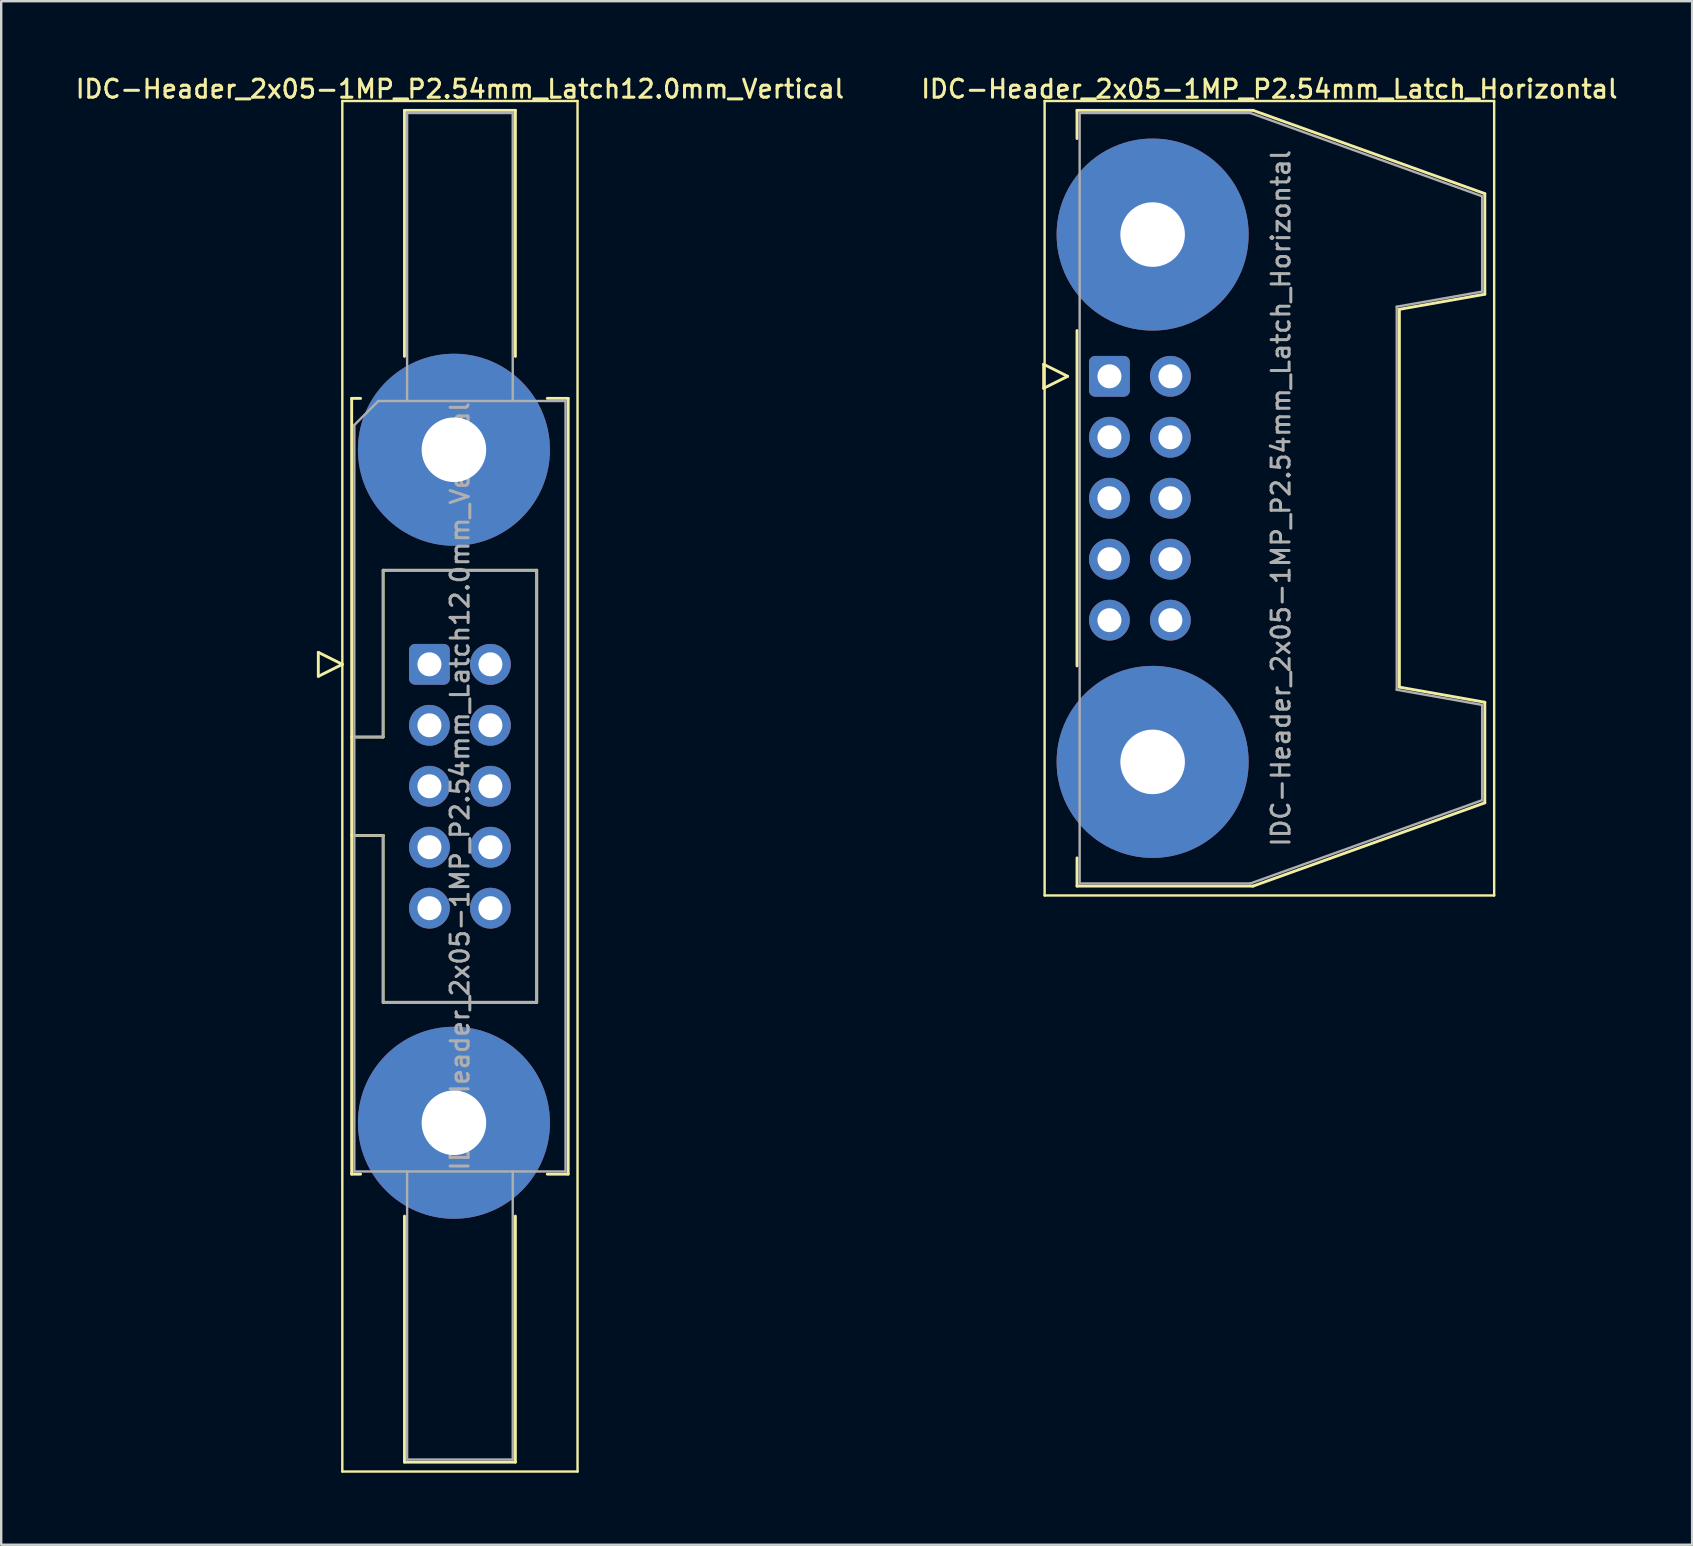
<source format=kicad_pcb>
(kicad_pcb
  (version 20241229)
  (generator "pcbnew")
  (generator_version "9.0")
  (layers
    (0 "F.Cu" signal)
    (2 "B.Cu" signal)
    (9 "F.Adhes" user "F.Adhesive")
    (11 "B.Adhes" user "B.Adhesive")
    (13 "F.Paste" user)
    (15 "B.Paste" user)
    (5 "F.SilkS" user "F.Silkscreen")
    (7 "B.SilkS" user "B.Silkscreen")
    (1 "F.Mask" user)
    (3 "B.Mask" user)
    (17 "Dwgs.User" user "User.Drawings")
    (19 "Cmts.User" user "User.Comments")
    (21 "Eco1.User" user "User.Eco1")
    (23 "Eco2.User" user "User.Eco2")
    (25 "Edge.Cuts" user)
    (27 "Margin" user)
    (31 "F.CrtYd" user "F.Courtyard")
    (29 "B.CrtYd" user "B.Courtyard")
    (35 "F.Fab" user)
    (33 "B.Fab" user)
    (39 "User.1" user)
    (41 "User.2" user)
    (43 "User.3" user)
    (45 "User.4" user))
  (footprint "IDC-Header_2x05-1MP_P2.54mm_Latch12.0mm_Vertical"
    (layer "F.Cu")
    (at 14.842 24.628)
    (property "Reference" "IDC-Header_2x05-1MP_P2.54mm_Latch12.0mm_Vertical" (at 1.27 -23.97 0) (layer "F.SilkS") (effects (font (size 0.75 0.75) (thickness 0.125))))
    (attr through_hole)
    (fp_line (start -4.63 -0.5) (end -4.63 0.5) (stroke (width 0.12) (type solid)) (layer "F.SilkS"))
    (fp_line (start -4.63 0.5) (end -3.63 0) (stroke (width 0.12) (type solid)) (layer "F.SilkS"))
    (fp_line (start -3.63 -23.47) (end -3.63 33.63) (stroke (width 0.1) (type solid)) (layer "F.SilkS"))
    (fp_line (start -3.63 0) (end -4.63 -0.5) (stroke (width 0.12) (type solid)) (layer "F.SilkS"))
    (fp_line (start -3.63 33.63) (end 6.17 33.63) (stroke (width 0.1) (type solid)) (layer "F.SilkS"))
    (fp_line (start -3.24 -11.08) (end -3.24 21.24) (stroke (width 0.12) (type solid)) (layer "F.SilkS"))
    (fp_line (start -3.24 3.03) (end -1.93 3.03) (stroke (width 0.12) (type solid)) (layer "F.SilkS"))
    (fp_line (start -3.24 21.24) (end -2.87 21.24) (stroke (width 0.12) (type solid)) (layer "F.SilkS"))
    (fp_line (start -2.87 -11.08) (end -3.24 -11.08) (stroke (width 0.12) (type solid)) (layer "F.SilkS"))
    (fp_line (start -1.93 -3.92) (end 4.47 -3.92) (stroke (width 0.12) (type solid)) (layer "F.SilkS"))
    (fp_line (start -1.93 3.03) (end -1.93 -3.92) (stroke (width 0.12) (type solid)) (layer "F.SilkS"))
    (fp_line (start -1.93 7.13) (end -3.24 7.13) (stroke (width 0.12) (type solid)) (layer "F.SilkS"))
    (fp_line (start -1.93 7.13) (end -1.93 7.13) (stroke (width 0.12) (type solid)) (layer "F.SilkS"))
    (fp_line (start -1.93 14.08) (end -1.93 7.13) (stroke (width 0.12) (type solid)) (layer "F.SilkS"))
    (fp_line (start -1.04 -23.08) (end 3.58 -23.08) (stroke (width 0.12) (type solid)) (layer "F.SilkS"))
    (fp_line (start -1.04 -12.83) (end -1.04 -23.08) (stroke (width 0.12) (type solid)) (layer "F.SilkS"))
    (fp_line (start -1.04 22.99) (end -1.04 33.24) (stroke (width 0.12) (type solid)) (layer "F.SilkS"))
    (fp_line (start -1.04 33.24) (end 3.58 33.24) (stroke (width 0.12) (type solid)) (layer "F.SilkS"))
    (fp_line (start 3.58 -23.08) (end 3.58 -12.83) (stroke (width 0.12) (type solid)) (layer "F.SilkS"))
    (fp_line (start 3.58 33.24) (end 3.58 22.99) (stroke (width 0.12) (type solid)) (layer "F.SilkS"))
    (fp_line (start 4.47 -3.92) (end 4.47 14.08) (stroke (width 0.12) (type solid)) (layer "F.SilkS"))
    (fp_line (start 4.47 14.08) (end -1.93 14.08) (stroke (width 0.12) (type solid)) (layer "F.SilkS"))
    (fp_line (start 4.91 -11.08) (end 5.78 -11.08) (stroke (width 0.12) (type solid)) (layer "F.SilkS"))
    (fp_line (start 5.78 -11.08) (end 5.78 21.24) (stroke (width 0.12) (type solid)) (layer "F.SilkS"))
    (fp_line (start 5.78 21.24) (end 4.91 21.24) (stroke (width 0.12) (type solid)) (layer "F.SilkS"))
    (fp_line (start 6.17 -23.47) (end -3.63 -23.47) (stroke (width 0.1) (type solid)) (layer "F.SilkS"))
    (fp_line (start 6.17 33.63) (end 6.17 -23.47) (stroke (width 0.1) (type solid)) (layer "F.SilkS"))
    (fp_line (start -3.13 -9.97) (end -2.13 -10.97) (stroke (width 0.1) (type solid)) (layer "F.Fab"))
    (fp_line (start -3.13 3.03) (end -1.93 3.03) (stroke (width 0.1) (type solid)) (layer "F.Fab"))
    (fp_line (start -3.13 21.13) (end -3.13 -9.97) (stroke (width 0.1) (type solid)) (layer "F.Fab"))
    (fp_line (start -2.13 -10.97) (end 5.67 -10.97) (stroke (width 0.1) (type solid)) (layer "F.Fab"))
    (fp_line (start -1.93 -3.92) (end 4.47 -3.92) (stroke (width 0.1) (type solid)) (layer "F.Fab"))
    (fp_line (start -1.93 3.03) (end -1.93 -3.92) (stroke (width 0.1) (type solid)) (layer "F.Fab"))
    (fp_line (start -1.93 7.13) (end -3.13 7.13) (stroke (width 0.1) (type solid)) (layer "F.Fab"))
    (fp_line (start -1.93 7.13) (end -1.93 7.13) (stroke (width 0.1) (type solid)) (layer "F.Fab"))
    (fp_line (start -1.93 14.08) (end -1.93 7.13) (stroke (width 0.1) (type solid)) (layer "F.Fab"))
    (fp_line (start -0.93 -22.97) (end 3.47 -22.97) (stroke (width 0.1) (type solid)) (layer "F.Fab"))
    (fp_line (start -0.93 -10.97) (end -0.93 -22.97) (stroke (width 0.1) (type solid)) (layer "F.Fab"))
    (fp_line (start -0.93 21.13) (end -0.93 33.13) (stroke (width 0.1) (type solid)) (layer "F.Fab"))
    (fp_line (start -0.93 33.13) (end 3.47 33.13) (stroke (width 0.1) (type solid)) (layer "F.Fab"))
    (fp_line (start 3.47 -22.97) (end 3.47 -10.97) (stroke (width 0.1) (type solid)) (layer "F.Fab"))
    (fp_line (start 3.47 33.13) (end 3.47 21.13) (stroke (width 0.1) (type solid)) (layer "F.Fab"))
    (fp_line (start 4.47 -3.92) (end 4.47 14.08) (stroke (width 0.1) (type solid)) (layer "F.Fab"))
    (fp_line (start 4.47 14.08) (end -1.93 14.08) (stroke (width 0.1) (type solid)) (layer "F.Fab"))
    (fp_line (start 5.67 -10.97) (end 5.67 21.13) (stroke (width 0.1) (type solid)) (layer "F.Fab"))
    (fp_line (start 5.67 21.13) (end -3.13 21.13) (stroke (width 0.1) (type solid)) (layer "F.Fab"))
    (fp_text user "${REFERENCE}" (at 1.27 5.08 90) (layer "F.Fab") (effects (font (size 0.75 0.75) (thickness 0.125))))
    (pad "1" thru_hole roundrect (at 0 0) (size 1.7 1.7) (drill 1) (layers "*.Cu" "*.Mask") (roundrect_rratio 0.147))
    (pad "2" thru_hole circle (at 2.54 0) (size 1.7 1.7) (drill 1) (layers "*.Cu" "*.Mask"))
    (pad "3" thru_hole circle (at 0 2.54) (size 1.7 1.7) (drill 1) (layers "*.Cu" "*.Mask"))
    (pad "4" thru_hole circle (at 2.54 2.54) (size 1.7 1.7) (drill 1) (layers "*.Cu" "*.Mask"))
    (pad "5" thru_hole circle (at 0 5.08) (size 1.7 1.7) (drill 1) (layers "*.Cu" "*.Mask"))
    (pad "6" thru_hole circle (at 2.54 5.08) (size 1.7 1.7) (drill 1) (layers "*.Cu" "*.Mask"))
    (pad "7" thru_hole circle (at 0 7.62) (size 1.7 1.7) (drill 1) (layers "*.Cu" "*.Mask"))
    (pad "8" thru_hole circle (at 2.54 7.62) (size 1.7 1.7) (drill 1) (layers "*.Cu" "*.Mask"))
    (pad "9" thru_hole circle (at 0 10.16) (size 1.7 1.7) (drill 1) (layers "*.Cu" "*.Mask"))
    (pad "10" thru_hole circle (at 2.54 10.16) (size 1.7 1.7) (drill 1) (layers "*.Cu" "*.Mask"))
    (pad "MP" thru_hole circle (at 1.02 -8.94) (size 8 8) (drill 2.69) (layers "*.Cu" "*.Mask"))
    (pad "MP" thru_hole circle (at 1.02 19.1) (size 8 8) (drill 2.69) (layers "*.Cu" "*.Mask")))
  (footprint "IDC-Header_2x05-1MP_P2.54mm_Latch_Horizontal"
    (layer "F.Cu")
    (at 43.172 12.628)
    (property "Reference" "IDC-Header_2x05-1MP_P2.54mm_Latch_Horizontal" (at 6.665 -11.97 0) (layer "F.SilkS") (effects (font (size 0.75 0.75) (thickness 0.125))))
    (attr through_hole)
    (fp_line (start -2.74 -0.5) (end -2.74 0.5) (stroke (width 0.12) (type solid)) (layer "F.SilkS"))
    (fp_line (start -2.74 0.5) (end -1.74 0) (stroke (width 0.12) (type solid)) (layer "F.SilkS"))
    (fp_line (start -2.7 -11.47) (end -2.7 21.63) (stroke (width 0.1) (type solid)) (layer "F.SilkS"))
    (fp_line (start -2.7 21.63) (end 16.03 21.63) (stroke (width 0.1) (type solid)) (layer "F.SilkS"))
    (fp_line (start -1.74 0) (end -2.74 -0.5) (stroke (width 0.12) (type solid)) (layer "F.SilkS"))
    (fp_line (start -1.35 -11.08) (end -1.35 -9.905) (stroke (width 0.12) (type solid)) (layer "F.SilkS"))
    (fp_line (start -1.35 -11.08) (end 5.98 -11.08) (stroke (width 0.12) (type solid)) (layer "F.SilkS"))
    (fp_line (start -1.35 -1.905) (end -1.35 12.065) (stroke (width 0.12) (type solid)) (layer "F.SilkS"))
    (fp_line (start -1.35 20.065) (end -1.35 21.24) (stroke (width 0.12) (type solid)) (layer "F.SilkS"))
    (fp_line (start 5.98 -11.08) (end 15.64 -7.61) (stroke (width 0.12) (type solid)) (layer "F.SilkS"))
    (fp_line (start 5.98 21.24) (end -1.35 21.24) (stroke (width 0.12) (type solid)) (layer "F.SilkS"))
    (fp_line (start 12.08 -2.79) (end 12.08 12.95) (stroke (width 0.12) (type solid)) (layer "F.SilkS"))
    (fp_line (start 12.08 12.95) (end 15.64 13.58) (stroke (width 0.12) (type solid)) (layer "F.SilkS"))
    (fp_line (start 15.64 -7.61) (end 15.64 -3.42) (stroke (width 0.12) (type solid)) (layer "F.SilkS"))
    (fp_line (start 15.64 -3.42) (end 12.08 -2.79) (stroke (width 0.12) (type solid)) (layer "F.SilkS"))
    (fp_line (start 15.64 13.58) (end 15.64 17.77) (stroke (width 0.12) (type solid)) (layer "F.SilkS"))
    (fp_line (start 15.64 17.77) (end 5.98 21.24) (stroke (width 0.12) (type solid)) (layer "F.SilkS"))
    (fp_line (start 16.03 -11.47) (end -2.7 -11.47) (stroke (width 0.1) (type solid)) (layer "F.SilkS"))
    (fp_line (start 16.03 21.63) (end 16.03 -11.47) (stroke (width 0.1) (type solid)) (layer "F.SilkS"))
    (fp_line (start -1.24 -10.97) (end 5.87 -10.97) (stroke (width 0.1) (type solid)) (layer "F.Fab"))
    (fp_line (start -1.24 21.13) (end -1.24 -10.97) (stroke (width 0.1) (type solid)) (layer "F.Fab"))
    (fp_line (start 5.87 -10.97) (end 15.53 -7.5) (stroke (width 0.1) (type solid)) (layer "F.Fab"))
    (fp_line (start 5.87 21.13) (end -1.24 21.13) (stroke (width 0.1) (type solid)) (layer "F.Fab"))
    (fp_line (start 11.97 -2.9) (end 11.97 13.06) (stroke (width 0.1) (type solid)) (layer "F.Fab"))
    (fp_line (start 11.97 13.06) (end 15.53 13.69) (stroke (width 0.1) (type solid)) (layer "F.Fab"))
    (fp_line (start 15.53 -7.5) (end 15.53 -3.53) (stroke (width 0.1) (type solid)) (layer "F.Fab"))
    (fp_line (start 15.53 -3.53) (end 11.97 -2.9) (stroke (width 0.1) (type solid)) (layer "F.Fab"))
    (fp_line (start 15.53 13.69) (end 15.53 17.66) (stroke (width 0.1) (type solid)) (layer "F.Fab"))
    (fp_line (start 15.53 17.66) (end 5.87 21.13) (stroke (width 0.1) (type solid)) (layer "F.Fab"))
    (fp_text user "${REFERENCE}" (at 7.145 5.08 90) (layer "F.Fab") (effects (font (size 0.75 0.75) (thickness 0.125))))
    (pad "1" thru_hole roundrect (at 0 0) (size 1.7 1.7) (drill 1) (layers "*.Cu" "*.Mask") (roundrect_rratio 0.147))
    (pad "2" thru_hole circle (at 2.54 0) (size 1.7 1.7) (drill 1) (layers "*.Cu" "*.Mask"))
    (pad "3" thru_hole circle (at 0 2.54) (size 1.7 1.7) (drill 1) (layers "*.Cu" "*.Mask"))
    (pad "4" thru_hole circle (at 2.54 2.54) (size 1.7 1.7) (drill 1) (layers "*.Cu" "*.Mask"))
    (pad "5" thru_hole circle (at 0 5.08) (size 1.7 1.7) (drill 1) (layers "*.Cu" "*.Mask"))
    (pad "6" thru_hole circle (at 2.54 5.08) (size 1.7 1.7) (drill 1) (layers "*.Cu" "*.Mask"))
    (pad "7" thru_hole circle (at 0 7.62) (size 1.7 1.7) (drill 1) (layers "*.Cu" "*.Mask"))
    (pad "8" thru_hole circle (at 2.54 7.62) (size 1.7 1.7) (drill 1) (layers "*.Cu" "*.Mask"))
    (pad "9" thru_hole circle (at 0 10.16) (size 1.7 1.7) (drill 1) (layers "*.Cu" "*.Mask"))
    (pad "10" thru_hole circle (at 2.54 10.16) (size 1.7 1.7) (drill 1) (layers "*.Cu" "*.Mask"))
    (pad "MP" thru_hole circle (at 1.8 -5.905) (size 8 8) (drill 2.69) (layers "*.Cu" "*.Mask"))
    (pad "MP" thru_hole circle (at 1.8 16.065) (size 8 8) (drill 2.69) (layers "*.Cu" "*.Mask")))
  (gr_rect
    (start -3 -3)
    (end 67.45 61.308)
    (stroke (width 0.1) (type default))
    (fill no)
    (layer "Edge.Cuts")))
</source>
